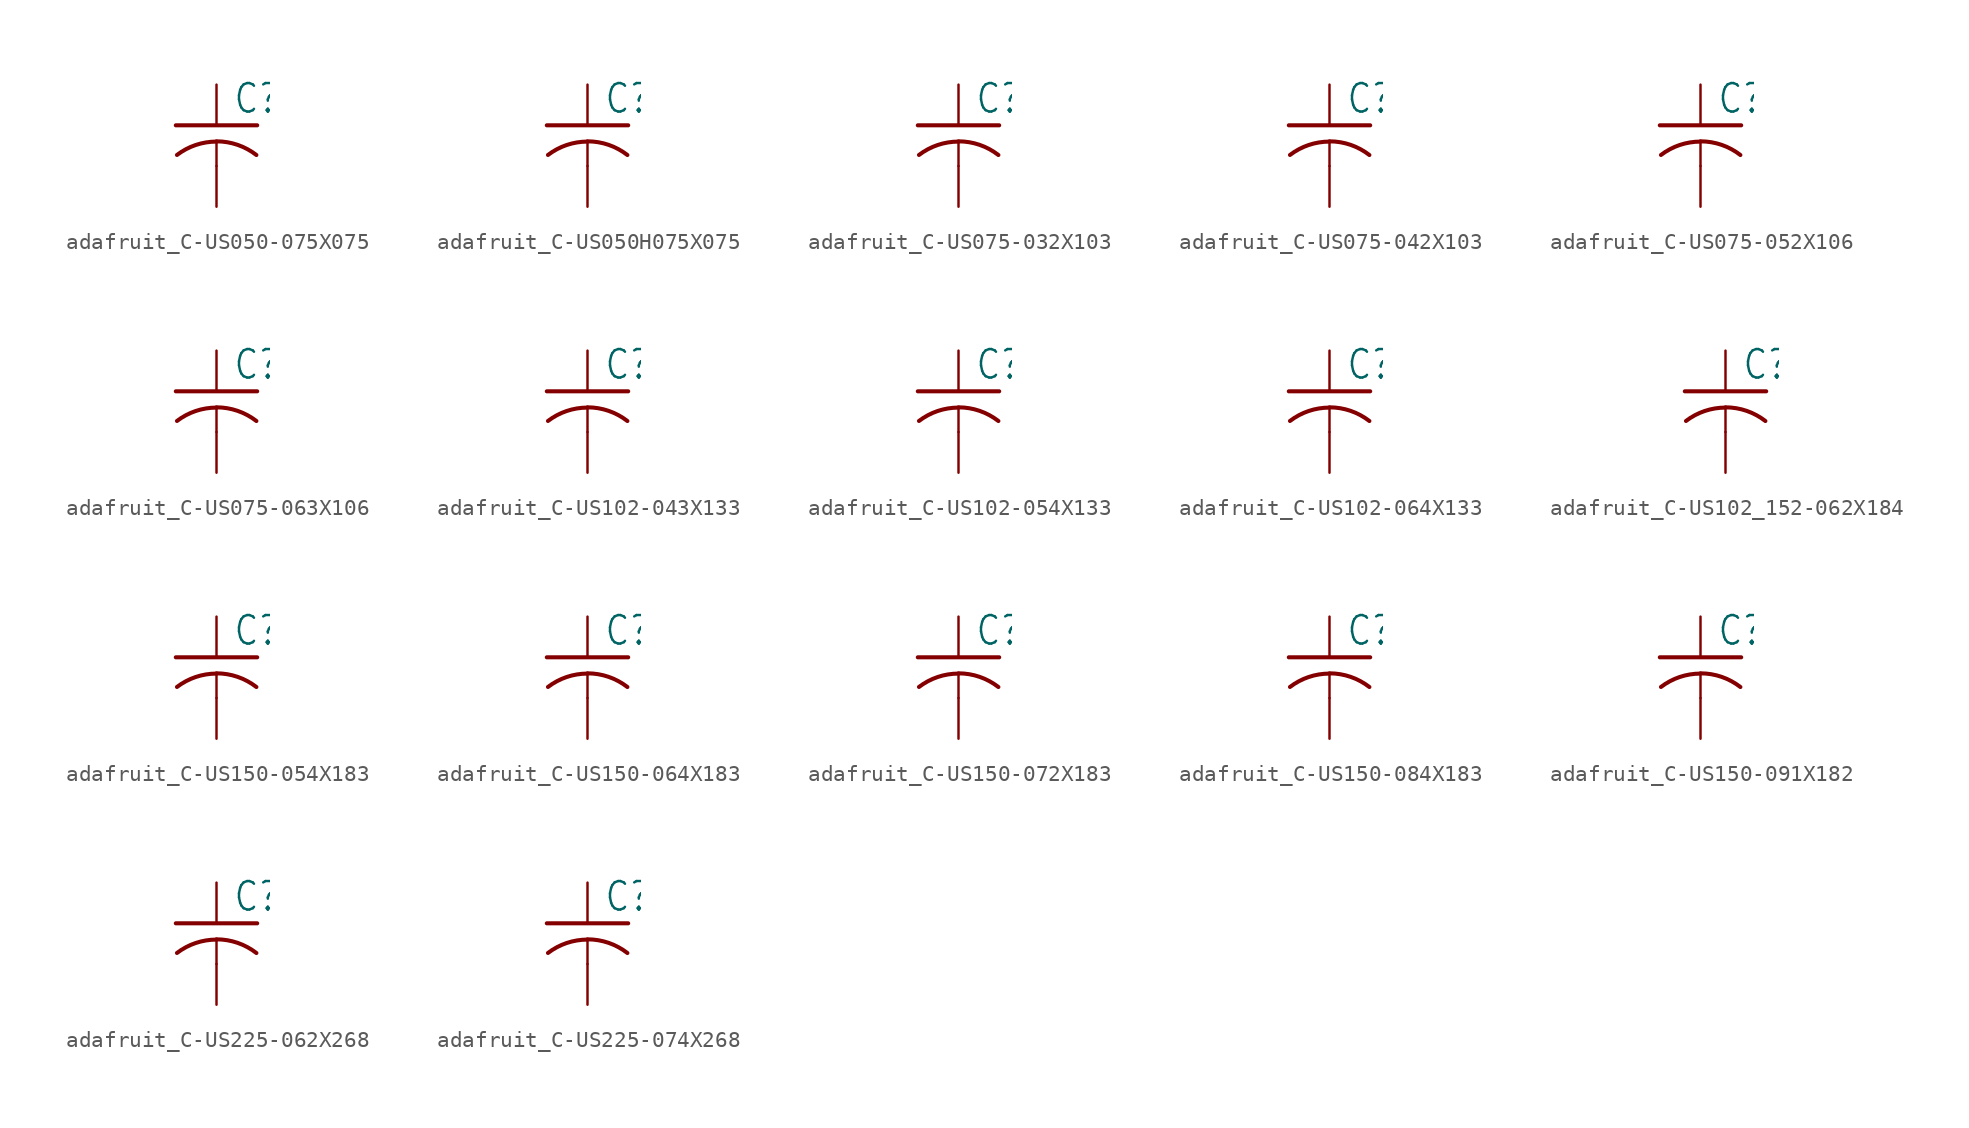
<source format=kicad_sym>
(kicad_symbol_lib
  (version 20220914)
  (generator kicad_symbol_editor)
  (symbol "adafruit_C-US050-075X075"
    (property "Reference" "C"
      (at 1.016 0.635 0)
      (effects (font (size 1.778 1.511)) (justify left bottom)))
    (property "Value" ""
      (at 1.016 -4.191 0)
      (effects (font (size 1.778 1.511)) (justify left bottom)))
    (property "ki_locked" ""
      (at 0 0 0)
      (effects (font (size 1.27 1.27))))
    (symbol "adafruit_C-US050-075X075_1_0"
      (arc (start 0 -1.0161) (mid -1.302 -1.2303) (end -2.4668 -1.8504) (stroke (width 0.254) (type solid)) (fill (type none)))
      (polyline (pts (xy -2.54 0) (xy 2.54 0)) (stroke (width 0.254) (type solid)) (fill (type none)))
      (polyline (pts (xy 0 -1.016) (xy 0 -2.54)) (stroke (width 0.152) (type solid)) (fill (type none)))
      (arc (start 2.4892 -1.8541) (mid 1.3158 -1.2194) (end 0 -1) (stroke (width 0.254) (type solid)) (fill (type none)))
      (pin passive line (at 0 2.54 270) (length 2.54) (name "1" (effects (font (size 0 0)))) (number "1" (effects (font (size 0 0)))))
      (pin passive line (at 0 -5.08 90) (length 2.54) (name "2" (effects (font (size 0 0)))) (number "2" (effects (font (size 0 0)))))))
  (symbol "adafruit_C-US050H075X075"
    (property "Reference" "C"
      (at 1.016 0.635 0)
      (effects (font (size 1.778 1.511)) (justify left bottom)))
    (property "Value" ""
      (at 1.016 -4.191 0)
      (effects (font (size 1.778 1.511)) (justify left bottom)))
    (property "ki_locked" ""
      (at 0 0 0)
      (effects (font (size 1.27 1.27))))
    (symbol "adafruit_C-US050H075X075_1_0"
      (arc (start 0 -1.0161) (mid -1.302 -1.2303) (end -2.4668 -1.8504) (stroke (width 0.254) (type solid)) (fill (type none)))
      (polyline (pts (xy -2.54 0) (xy 2.54 0)) (stroke (width 0.254) (type solid)) (fill (type none)))
      (polyline (pts (xy 0 -1.016) (xy 0 -2.54)) (stroke (width 0.152) (type solid)) (fill (type none)))
      (arc (start 2.4892 -1.8541) (mid 1.3158 -1.2194) (end 0 -1) (stroke (width 0.254) (type solid)) (fill (type none)))
      (pin passive line (at 0 2.54 270) (length 2.54) (name "1" (effects (font (size 0 0)))) (number "1" (effects (font (size 0 0)))))
      (pin passive line (at 0 -5.08 90) (length 2.54) (name "2" (effects (font (size 0 0)))) (number "2" (effects (font (size 0 0)))))))
  (symbol "adafruit_C-US075-032X103"
    (property "Reference" "C"
      (at 1.016 0.635 0)
      (effects (font (size 1.778 1.511)) (justify left bottom)))
    (property "Value" ""
      (at 1.016 -4.191 0)
      (effects (font (size 1.778 1.511)) (justify left bottom)))
    (property "ki_locked" ""
      (at 0 0 0)
      (effects (font (size 1.27 1.27))))
    (symbol "adafruit_C-US075-032X103_1_0"
      (arc (start 0 -1.0161) (mid -1.302 -1.2303) (end -2.4668 -1.8504) (stroke (width 0.254) (type solid)) (fill (type none)))
      (polyline (pts (xy -2.54 0) (xy 2.54 0)) (stroke (width 0.254) (type solid)) (fill (type none)))
      (polyline (pts (xy 0 -1.016) (xy 0 -2.54)) (stroke (width 0.152) (type solid)) (fill (type none)))
      (arc (start 2.4892 -1.8541) (mid 1.3158 -1.2194) (end 0 -1) (stroke (width 0.254) (type solid)) (fill (type none)))
      (pin passive line (at 0 2.54 270) (length 2.54) (name "1" (effects (font (size 0 0)))) (number "1" (effects (font (size 0 0)))))
      (pin passive line (at 0 -5.08 90) (length 2.54) (name "2" (effects (font (size 0 0)))) (number "2" (effects (font (size 0 0)))))))
  (symbol "adafruit_C-US075-042X103"
    (property "Reference" "C"
      (at 1.016 0.635 0)
      (effects (font (size 1.778 1.511)) (justify left bottom)))
    (property "Value" ""
      (at 1.016 -4.191 0)
      (effects (font (size 1.778 1.511)) (justify left bottom)))
    (property "ki_locked" ""
      (at 0 0 0)
      (effects (font (size 1.27 1.27))))
    (symbol "adafruit_C-US075-042X103_1_0"
      (arc (start 0 -1.0161) (mid -1.302 -1.2303) (end -2.4668 -1.8504) (stroke (width 0.254) (type solid)) (fill (type none)))
      (polyline (pts (xy -2.54 0) (xy 2.54 0)) (stroke (width 0.254) (type solid)) (fill (type none)))
      (polyline (pts (xy 0 -1.016) (xy 0 -2.54)) (stroke (width 0.152) (type solid)) (fill (type none)))
      (arc (start 2.4892 -1.8541) (mid 1.3158 -1.2194) (end 0 -1) (stroke (width 0.254) (type solid)) (fill (type none)))
      (pin passive line (at 0 2.54 270) (length 2.54) (name "1" (effects (font (size 0 0)))) (number "1" (effects (font (size 0 0)))))
      (pin passive line (at 0 -5.08 90) (length 2.54) (name "2" (effects (font (size 0 0)))) (number "2" (effects (font (size 0 0)))))))
  (symbol "adafruit_C-US075-052X106"
    (property "Reference" "C"
      (at 1.016 0.635 0)
      (effects (font (size 1.778 1.511)) (justify left bottom)))
    (property "Value" ""
      (at 1.016 -4.191 0)
      (effects (font (size 1.778 1.511)) (justify left bottom)))
    (property "ki_locked" ""
      (at 0 0 0)
      (effects (font (size 1.27 1.27))))
    (symbol "adafruit_C-US075-052X106_1_0"
      (arc (start 0 -1.0161) (mid -1.302 -1.2303) (end -2.4668 -1.8504) (stroke (width 0.254) (type solid)) (fill (type none)))
      (polyline (pts (xy -2.54 0) (xy 2.54 0)) (stroke (width 0.254) (type solid)) (fill (type none)))
      (polyline (pts (xy 0 -1.016) (xy 0 -2.54)) (stroke (width 0.152) (type solid)) (fill (type none)))
      (arc (start 2.4892 -1.8541) (mid 1.3158 -1.2194) (end 0 -1) (stroke (width 0.254) (type solid)) (fill (type none)))
      (pin passive line (at 0 2.54 270) (length 2.54) (name "1" (effects (font (size 0 0)))) (number "1" (effects (font (size 0 0)))))
      (pin passive line (at 0 -5.08 90) (length 2.54) (name "2" (effects (font (size 0 0)))) (number "2" (effects (font (size 0 0)))))))
  (symbol "adafruit_C-US075-063X106"
    (property "Reference" "C"
      (at 1.016 0.635 0)
      (effects (font (size 1.778 1.511)) (justify left bottom)))
    (property "Value" ""
      (at 1.016 -4.191 0)
      (effects (font (size 1.778 1.511)) (justify left bottom)))
    (property "ki_locked" ""
      (at 0 0 0)
      (effects (font (size 1.27 1.27))))
    (symbol "adafruit_C-US075-063X106_1_0"
      (arc (start 0 -1.0161) (mid -1.302 -1.2303) (end -2.4668 -1.8504) (stroke (width 0.254) (type solid)) (fill (type none)))
      (polyline (pts (xy -2.54 0) (xy 2.54 0)) (stroke (width 0.254) (type solid)) (fill (type none)))
      (polyline (pts (xy 0 -1.016) (xy 0 -2.54)) (stroke (width 0.152) (type solid)) (fill (type none)))
      (arc (start 2.4892 -1.8541) (mid 1.3158 -1.2194) (end 0 -1) (stroke (width 0.254) (type solid)) (fill (type none)))
      (pin passive line (at 0 2.54 270) (length 2.54) (name "1" (effects (font (size 0 0)))) (number "1" (effects (font (size 0 0)))))
      (pin passive line (at 0 -5.08 90) (length 2.54) (name "2" (effects (font (size 0 0)))) (number "2" (effects (font (size 0 0)))))))
  (symbol "adafruit_C-US102-043X133"
    (property "Reference" "C"
      (at 1.016 0.635 0)
      (effects (font (size 1.778 1.511)) (justify left bottom)))
    (property "Value" ""
      (at 1.016 -4.191 0)
      (effects (font (size 1.778 1.511)) (justify left bottom)))
    (property "ki_locked" ""
      (at 0 0 0)
      (effects (font (size 1.27 1.27))))
    (symbol "adafruit_C-US102-043X133_1_0"
      (arc (start 0 -1.0161) (mid -1.302 -1.2303) (end -2.4668 -1.8504) (stroke (width 0.254) (type solid)) (fill (type none)))
      (polyline (pts (xy -2.54 0) (xy 2.54 0)) (stroke (width 0.254) (type solid)) (fill (type none)))
      (polyline (pts (xy 0 -1.016) (xy 0 -2.54)) (stroke (width 0.152) (type solid)) (fill (type none)))
      (arc (start 2.4892 -1.8541) (mid 1.3158 -1.2194) (end 0 -1) (stroke (width 0.254) (type solid)) (fill (type none)))
      (pin passive line (at 0 2.54 270) (length 2.54) (name "1" (effects (font (size 0 0)))) (number "1" (effects (font (size 0 0)))))
      (pin passive line (at 0 -5.08 90) (length 2.54) (name "2" (effects (font (size 0 0)))) (number "2" (effects (font (size 0 0)))))))
  (symbol "adafruit_C-US102-054X133"
    (property "Reference" "C"
      (at 1.016 0.635 0)
      (effects (font (size 1.778 1.511)) (justify left bottom)))
    (property "Value" ""
      (at 1.016 -4.191 0)
      (effects (font (size 1.778 1.511)) (justify left bottom)))
    (property "ki_locked" ""
      (at 0 0 0)
      (effects (font (size 1.27 1.27))))
    (symbol "adafruit_C-US102-054X133_1_0"
      (arc (start 0 -1.0161) (mid -1.302 -1.2303) (end -2.4668 -1.8504) (stroke (width 0.254) (type solid)) (fill (type none)))
      (polyline (pts (xy -2.54 0) (xy 2.54 0)) (stroke (width 0.254) (type solid)) (fill (type none)))
      (polyline (pts (xy 0 -1.016) (xy 0 -2.54)) (stroke (width 0.152) (type solid)) (fill (type none)))
      (arc (start 2.4892 -1.8541) (mid 1.3158 -1.2194) (end 0 -1) (stroke (width 0.254) (type solid)) (fill (type none)))
      (pin passive line (at 0 2.54 270) (length 2.54) (name "1" (effects (font (size 0 0)))) (number "1" (effects (font (size 0 0)))))
      (pin passive line (at 0 -5.08 90) (length 2.54) (name "2" (effects (font (size 0 0)))) (number "2" (effects (font (size 0 0)))))))
  (symbol "adafruit_C-US102-064X133"
    (property "Reference" "C"
      (at 1.016 0.635 0)
      (effects (font (size 1.778 1.511)) (justify left bottom)))
    (property "Value" ""
      (at 1.016 -4.191 0)
      (effects (font (size 1.778 1.511)) (justify left bottom)))
    (property "ki_locked" ""
      (at 0 0 0)
      (effects (font (size 1.27 1.27))))
    (symbol "adafruit_C-US102-064X133_1_0"
      (arc (start 0 -1.0161) (mid -1.302 -1.2303) (end -2.4668 -1.8504) (stroke (width 0.254) (type solid)) (fill (type none)))
      (polyline (pts (xy -2.54 0) (xy 2.54 0)) (stroke (width 0.254) (type solid)) (fill (type none)))
      (polyline (pts (xy 0 -1.016) (xy 0 -2.54)) (stroke (width 0.152) (type solid)) (fill (type none)))
      (arc (start 2.4892 -1.8541) (mid 1.3158 -1.2194) (end 0 -1) (stroke (width 0.254) (type solid)) (fill (type none)))
      (pin passive line (at 0 2.54 270) (length 2.54) (name "1" (effects (font (size 0 0)))) (number "1" (effects (font (size 0 0)))))
      (pin passive line (at 0 -5.08 90) (length 2.54) (name "2" (effects (font (size 0 0)))) (number "2" (effects (font (size 0 0)))))))
  (symbol "adafruit_C-US102_152-062X184"
    (property "Reference" "C"
      (at 1.016 0.635 0)
      (effects (font (size 1.778 1.511)) (justify left bottom)))
    (property "Value" ""
      (at 1.016 -4.191 0)
      (effects (font (size 1.778 1.511)) (justify left bottom)))
    (property "ki_locked" ""
      (at 0 0 0)
      (effects (font (size 1.27 1.27))))
    (symbol "adafruit_C-US102_152-062X184_1_0"
      (arc (start 0 -1.0161) (mid -1.302 -1.2303) (end -2.4668 -1.8504) (stroke (width 0.254) (type solid)) (fill (type none)))
      (polyline (pts (xy -2.54 0) (xy 2.54 0)) (stroke (width 0.254) (type solid)) (fill (type none)))
      (polyline (pts (xy 0 -1.016) (xy 0 -2.54)) (stroke (width 0.152) (type solid)) (fill (type none)))
      (arc (start 2.4892 -1.8541) (mid 1.3158 -1.2194) (end 0 -1) (stroke (width 0.254) (type solid)) (fill (type none)))
      (pin passive line (at 0 2.54 270) (length 2.54) (name "1" (effects (font (size 0 0)))) (number "1" (effects (font (size 0 0)))))
      (pin passive line (at 0 -5.08 90) (length 2.54) (name "2" (effects (font (size 0 0)))) (number "2" (effects (font (size 0 0)))))))
  (symbol "adafruit_C-US150-054X183"
    (property "Reference" "C"
      (at 1.016 0.635 0)
      (effects (font (size 1.778 1.511)) (justify left bottom)))
    (property "Value" ""
      (at 1.016 -4.191 0)
      (effects (font (size 1.778 1.511)) (justify left bottom)))
    (property "ki_locked" ""
      (at 0 0 0)
      (effects (font (size 1.27 1.27))))
    (symbol "adafruit_C-US150-054X183_1_0"
      (arc (start 0 -1.0161) (mid -1.302 -1.2303) (end -2.4668 -1.8504) (stroke (width 0.254) (type solid)) (fill (type none)))
      (polyline (pts (xy -2.54 0) (xy 2.54 0)) (stroke (width 0.254) (type solid)) (fill (type none)))
      (polyline (pts (xy 0 -1.016) (xy 0 -2.54)) (stroke (width 0.152) (type solid)) (fill (type none)))
      (arc (start 2.4892 -1.8541) (mid 1.3158 -1.2194) (end 0 -1) (stroke (width 0.254) (type solid)) (fill (type none)))
      (pin passive line (at 0 2.54 270) (length 2.54) (name "1" (effects (font (size 0 0)))) (number "1" (effects (font (size 0 0)))))
      (pin passive line (at 0 -5.08 90) (length 2.54) (name "2" (effects (font (size 0 0)))) (number "2" (effects (font (size 0 0)))))))
  (symbol "adafruit_C-US150-064X183"
    (property "Reference" "C"
      (at 1.016 0.635 0)
      (effects (font (size 1.778 1.511)) (justify left bottom)))
    (property "Value" ""
      (at 1.016 -4.191 0)
      (effects (font (size 1.778 1.511)) (justify left bottom)))
    (property "ki_locked" ""
      (at 0 0 0)
      (effects (font (size 1.27 1.27))))
    (symbol "adafruit_C-US150-064X183_1_0"
      (arc (start 0 -1.0161) (mid -1.302 -1.2303) (end -2.4668 -1.8504) (stroke (width 0.254) (type solid)) (fill (type none)))
      (polyline (pts (xy -2.54 0) (xy 2.54 0)) (stroke (width 0.254) (type solid)) (fill (type none)))
      (polyline (pts (xy 0 -1.016) (xy 0 -2.54)) (stroke (width 0.152) (type solid)) (fill (type none)))
      (arc (start 2.4892 -1.8541) (mid 1.3158 -1.2194) (end 0 -1) (stroke (width 0.254) (type solid)) (fill (type none)))
      (pin passive line (at 0 2.54 270) (length 2.54) (name "1" (effects (font (size 0 0)))) (number "1" (effects (font (size 0 0)))))
      (pin passive line (at 0 -5.08 90) (length 2.54) (name "2" (effects (font (size 0 0)))) (number "2" (effects (font (size 0 0)))))))
  (symbol "adafruit_C-US150-072X183"
    (property "Reference" "C"
      (at 1.016 0.635 0)
      (effects (font (size 1.778 1.511)) (justify left bottom)))
    (property "Value" ""
      (at 1.016 -4.191 0)
      (effects (font (size 1.778 1.511)) (justify left bottom)))
    (property "ki_locked" ""
      (at 0 0 0)
      (effects (font (size 1.27 1.27))))
    (symbol "adafruit_C-US150-072X183_1_0"
      (arc (start 0 -1.0161) (mid -1.302 -1.2303) (end -2.4668 -1.8504) (stroke (width 0.254) (type solid)) (fill (type none)))
      (polyline (pts (xy -2.54 0) (xy 2.54 0)) (stroke (width 0.254) (type solid)) (fill (type none)))
      (polyline (pts (xy 0 -1.016) (xy 0 -2.54)) (stroke (width 0.152) (type solid)) (fill (type none)))
      (arc (start 2.4892 -1.8541) (mid 1.3158 -1.2194) (end 0 -1) (stroke (width 0.254) (type solid)) (fill (type none)))
      (pin passive line (at 0 2.54 270) (length 2.54) (name "1" (effects (font (size 0 0)))) (number "1" (effects (font (size 0 0)))))
      (pin passive line (at 0 -5.08 90) (length 2.54) (name "2" (effects (font (size 0 0)))) (number "2" (effects (font (size 0 0)))))))
  (symbol "adafruit_C-US150-084X183"
    (property "Reference" "C"
      (at 1.016 0.635 0)
      (effects (font (size 1.778 1.511)) (justify left bottom)))
    (property "Value" ""
      (at 1.016 -4.191 0)
      (effects (font (size 1.778 1.511)) (justify left bottom)))
    (property "ki_locked" ""
      (at 0 0 0)
      (effects (font (size 1.27 1.27))))
    (symbol "adafruit_C-US150-084X183_1_0"
      (arc (start 0 -1.0161) (mid -1.302 -1.2303) (end -2.4668 -1.8504) (stroke (width 0.254) (type solid)) (fill (type none)))
      (polyline (pts (xy -2.54 0) (xy 2.54 0)) (stroke (width 0.254) (type solid)) (fill (type none)))
      (polyline (pts (xy 0 -1.016) (xy 0 -2.54)) (stroke (width 0.152) (type solid)) (fill (type none)))
      (arc (start 2.4892 -1.8541) (mid 1.3158 -1.2194) (end 0 -1) (stroke (width 0.254) (type solid)) (fill (type none)))
      (pin passive line (at 0 2.54 270) (length 2.54) (name "1" (effects (font (size 0 0)))) (number "1" (effects (font (size 0 0)))))
      (pin passive line (at 0 -5.08 90) (length 2.54) (name "2" (effects (font (size 0 0)))) (number "2" (effects (font (size 0 0)))))))
  (symbol "adafruit_C-US150-091X182"
    (property "Reference" "C"
      (at 1.016 0.635 0)
      (effects (font (size 1.778 1.511)) (justify left bottom)))
    (property "Value" ""
      (at 1.016 -4.191 0)
      (effects (font (size 1.778 1.511)) (justify left bottom)))
    (property "ki_locked" ""
      (at 0 0 0)
      (effects (font (size 1.27 1.27))))
    (symbol "adafruit_C-US150-091X182_1_0"
      (arc (start 0 -1.0161) (mid -1.302 -1.2303) (end -2.4668 -1.8504) (stroke (width 0.254) (type solid)) (fill (type none)))
      (polyline (pts (xy -2.54 0) (xy 2.54 0)) (stroke (width 0.254) (type solid)) (fill (type none)))
      (polyline (pts (xy 0 -1.016) (xy 0 -2.54)) (stroke (width 0.152) (type solid)) (fill (type none)))
      (arc (start 2.4892 -1.8541) (mid 1.3158 -1.2194) (end 0 -1) (stroke (width 0.254) (type solid)) (fill (type none)))
      (pin passive line (at 0 2.54 270) (length 2.54) (name "1" (effects (font (size 0 0)))) (number "1" (effects (font (size 0 0)))))
      (pin passive line (at 0 -5.08 90) (length 2.54) (name "2" (effects (font (size 0 0)))) (number "2" (effects (font (size 0 0)))))))
  (symbol "adafruit_C-US225-062X268"
    (property "Reference" "C"
      (at 1.016 0.635 0)
      (effects (font (size 1.778 1.511)) (justify left bottom)))
    (property "Value" ""
      (at 1.016 -4.191 0)
      (effects (font (size 1.778 1.511)) (justify left bottom)))
    (property "ki_locked" ""
      (at 0 0 0)
      (effects (font (size 1.27 1.27))))
    (symbol "adafruit_C-US225-062X268_1_0"
      (arc (start 0 -1.0161) (mid -1.302 -1.2303) (end -2.4668 -1.8504) (stroke (width 0.254) (type solid)) (fill (type none)))
      (polyline (pts (xy -2.54 0) (xy 2.54 0)) (stroke (width 0.254) (type solid)) (fill (type none)))
      (polyline (pts (xy 0 -1.016) (xy 0 -2.54)) (stroke (width 0.152) (type solid)) (fill (type none)))
      (arc (start 2.4892 -1.8541) (mid 1.3158 -1.2194) (end 0 -1) (stroke (width 0.254) (type solid)) (fill (type none)))
      (pin passive line (at 0 2.54 270) (length 2.54) (name "1" (effects (font (size 0 0)))) (number "1" (effects (font (size 0 0)))))
      (pin passive line (at 0 -5.08 90) (length 2.54) (name "2" (effects (font (size 0 0)))) (number "2" (effects (font (size 0 0)))))))
  (symbol "adafruit_C-US225-074X268"
    (property "Reference" "C"
      (at 1.016 0.635 0)
      (effects (font (size 1.778 1.511)) (justify left bottom)))
    (property "Value" ""
      (at 1.016 -4.191 0)
      (effects (font (size 1.778 1.511)) (justify left bottom)))
    (property "ki_locked" ""
      (at 0 0 0)
      (effects (font (size 1.27 1.27))))
    (symbol "adafruit_C-US225-074X268_1_0"
      (arc (start 0 -1.0161) (mid -1.302 -1.2303) (end -2.4668 -1.8504) (stroke (width 0.254) (type solid)) (fill (type none)))
      (polyline (pts (xy -2.54 0) (xy 2.54 0)) (stroke (width 0.254) (type solid)) (fill (type none)))
      (polyline (pts (xy 0 -1.016) (xy 0 -2.54)) (stroke (width 0.152) (type solid)) (fill (type none)))
      (arc (start 2.4892 -1.8541) (mid 1.3158 -1.2194) (end 0 -1) (stroke (width 0.254) (type solid)) (fill (type none)))
      (pin passive line (at 0 2.54 270) (length 2.54) (name "1" (effects (font (size 0 0)))) (number "1" (effects (font (size 0 0)))))
      (pin passive line (at 0 -5.08 90) (length 2.54) (name "2" (effects (font (size 0 0)))) (number "2" (effects (font (size 0 0))))))))
</source>
